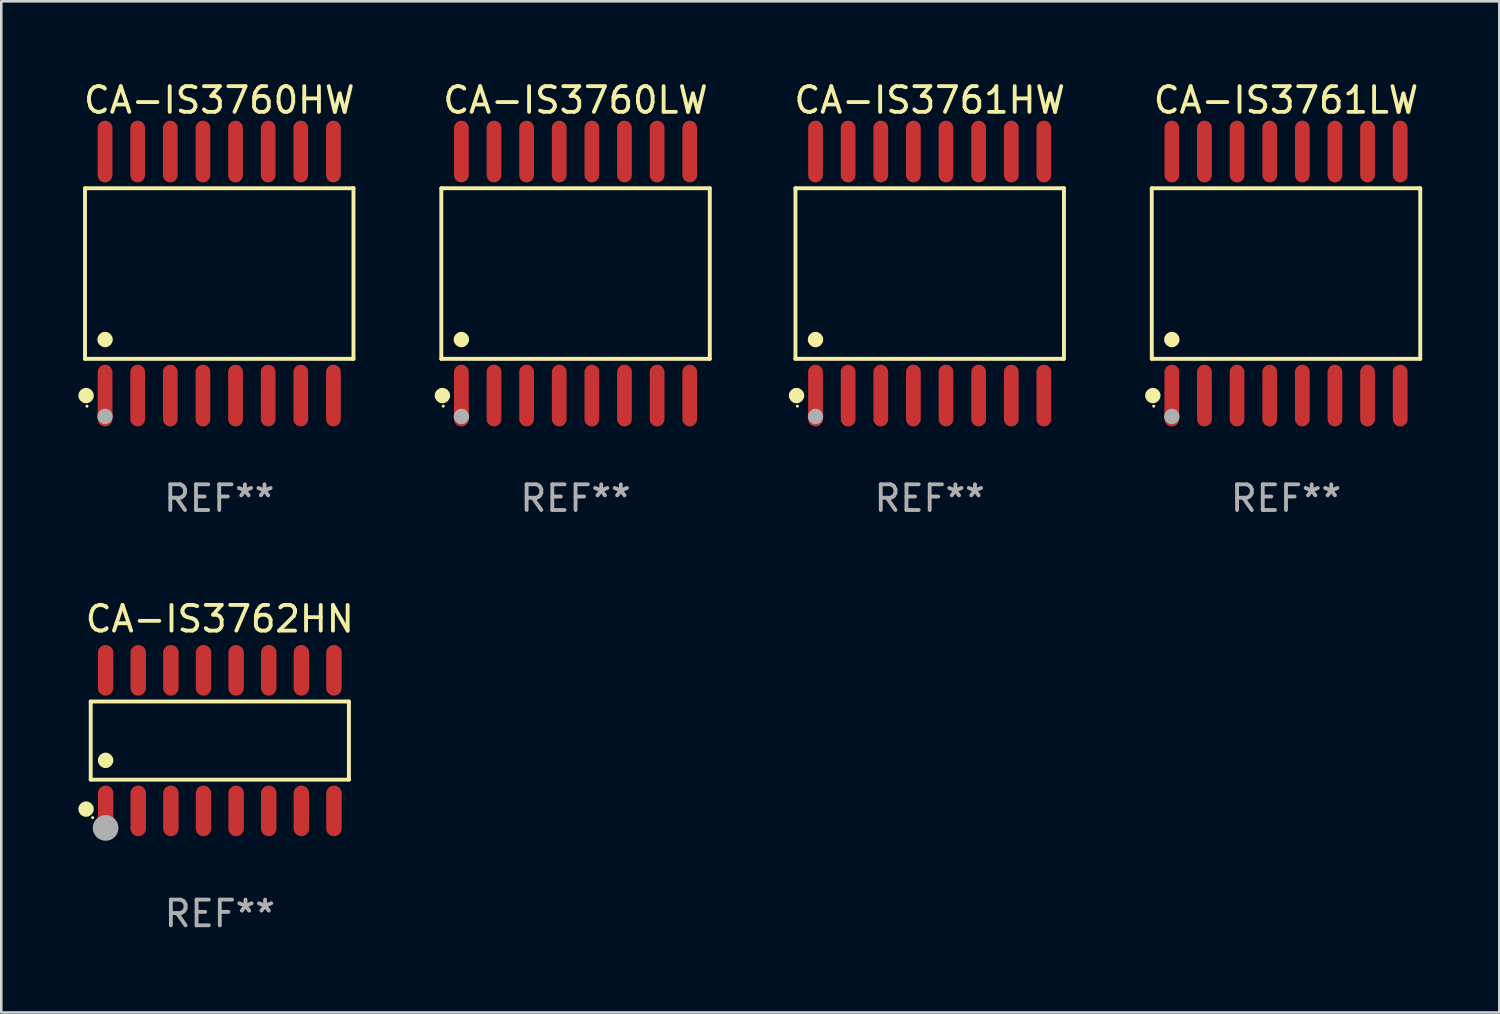
<source format=kicad_pcb>
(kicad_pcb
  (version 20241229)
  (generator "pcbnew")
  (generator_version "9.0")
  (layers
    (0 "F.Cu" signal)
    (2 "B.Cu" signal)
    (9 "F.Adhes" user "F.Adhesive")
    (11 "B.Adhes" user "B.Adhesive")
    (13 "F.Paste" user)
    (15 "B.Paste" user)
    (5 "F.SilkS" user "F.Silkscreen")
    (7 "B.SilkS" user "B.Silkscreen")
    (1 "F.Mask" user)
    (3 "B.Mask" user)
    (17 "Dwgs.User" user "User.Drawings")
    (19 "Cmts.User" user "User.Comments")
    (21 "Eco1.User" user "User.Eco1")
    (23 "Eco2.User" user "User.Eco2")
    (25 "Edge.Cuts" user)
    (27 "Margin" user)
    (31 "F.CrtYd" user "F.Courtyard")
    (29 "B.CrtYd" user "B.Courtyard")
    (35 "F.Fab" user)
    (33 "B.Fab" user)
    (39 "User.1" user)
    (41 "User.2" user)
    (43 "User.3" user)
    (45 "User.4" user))
  (footprint "CA-IS3762HN"
    (layer "F.Cu")
    (at 5.507 25.781)
    (property "Reference" "CA-IS3762HN" (at 0 -4.736 0) (layer "F.SilkS") (effects (font (size 1 1) (thickness 0.15))))
    (attr through_hole)
    (fp_line (start -5.026 -1.521) (end 5.026 -1.521) (stroke (width 0.152) (type solid)) (layer "F.SilkS"))
    (fp_line (start -5.026 1.521) (end -5.026 -1.521) (stroke (width 0.152) (type solid)) (layer "F.SilkS"))
    (fp_line (start 5.026 -1.521) (end 5.026 1.521) (stroke (width 0.152) (type solid)) (layer "F.SilkS"))
    (fp_line (start 5.026 1.521) (end -5.026 1.521) (stroke (width 0.152) (type solid)) (layer "F.SilkS"))
    (fp_circle (center -5.207 2.667) (end -5.057 2.667) (stroke (width 0.3) (type solid)) (fill no) (layer "F.SilkS"))
    (fp_circle (center -4.95 3) (end -4.92 3) (stroke (width 0.06) (type solid)) (fill no) (layer "F.SilkS"))
    (fp_circle (center -4.445 0.769) (end -4.295 0.769) (stroke (width 0.3) (type solid)) (fill no) (layer "F.SilkS"))
    (fp_circle (center -4.445 3.4) (end -4.195 3.4) (stroke (width 0.5) (type solid)) (fill no) (layer "F.Fab"))
    (fp_text user "REF**" (at 0 6.736 0) (layer "F.Fab") (effects (font (size 1 1) (thickness 0.15))))
    (pad "1" smd oval (at -4.445 2.736) (size 0.602 1.971) (layers "F.Cu" "F.Mask" "F.Paste"))
    (pad "2" smd oval (at -3.175 2.736) (size 0.602 1.971) (layers "F.Cu" "F.Mask" "F.Paste"))
    (pad "3" smd oval (at -1.905 2.736) (size 0.602 1.971) (layers "F.Cu" "F.Mask" "F.Paste"))
    (pad "4" smd oval (at -0.635 2.736) (size 0.602 1.971) (layers "F.Cu" "F.Mask" "F.Paste"))
    (pad "5" smd oval (at 0.635 2.736) (size 0.602 1.971) (layers "F.Cu" "F.Mask" "F.Paste"))
    (pad "6" smd oval (at 1.905 2.736) (size 0.602 1.971) (layers "F.Cu" "F.Mask" "F.Paste"))
    (pad "7" smd oval (at 3.175 2.736) (size 0.602 1.971) (layers "F.Cu" "F.Mask" "F.Paste"))
    (pad "8" smd oval (at 4.445 2.736) (size 0.602 1.971) (layers "F.Cu" "F.Mask" "F.Paste"))
    (pad "9" smd oval (at 4.445 -2.736) (size 0.602 1.971) (layers "F.Cu" "F.Mask" "F.Paste"))
    (pad "10" smd oval (at 3.175 -2.736) (size 0.602 1.971) (layers "F.Cu" "F.Mask" "F.Paste"))
    (pad "11" smd oval (at 1.905 -2.736) (size 0.602 1.971) (layers "F.Cu" "F.Mask" "F.Paste"))
    (pad "12" smd oval (at 0.635 -2.736) (size 0.602 1.971) (layers "F.Cu" "F.Mask" "F.Paste"))
    (pad "13" smd oval (at -0.635 -2.736) (size 0.602 1.971) (layers "F.Cu" "F.Mask" "F.Paste"))
    (pad "14" smd oval (at -1.905 -2.736) (size 0.602 1.971) (layers "F.Cu" "F.Mask" "F.Paste"))
    (pad "15" smd oval (at -3.175 -2.736) (size 0.602 1.971) (layers "F.Cu" "F.Mask" "F.Paste"))
    (pad "16" smd oval (at -4.445 -2.736) (size 0.602 1.971) (layers "F.Cu" "F.Mask" "F.Paste")))
  (footprint "CA-IS3761LW"
    (layer "F.Cu")
    (at 47.014 7.599)
    (property "Reference" "CA-IS3761LW" (at 0 -6.75 0) (layer "F.SilkS") (effects (font (size 1 1) (thickness 0.15))))
    (attr through_hole)
    (fp_line (start -5.226 -3.321) (end 5.226 -3.321) (stroke (width 0.152) (type solid)) (layer "F.SilkS"))
    (fp_line (start -5.226 3.321) (end -5.226 -3.321) (stroke (width 0.152) (type solid)) (layer "F.SilkS"))
    (fp_line (start 5.226 -3.321) (end 5.226 3.321) (stroke (width 0.152) (type solid)) (layer "F.SilkS"))
    (fp_line (start 5.226 3.321) (end -5.226 3.321) (stroke (width 0.152) (type solid)) (layer "F.SilkS"))
    (fp_circle (center -5.184 4.75) (end -5.034 4.75) (stroke (width 0.3) (type solid)) (fill no) (layer "F.SilkS"))
    (fp_circle (center -5.15 5.163) (end -5.12 5.163) (stroke (width 0.06) (type solid)) (fill no) (layer "F.SilkS"))
    (fp_circle (center -4.445 2.569) (end -4.295 2.569) (stroke (width 0.3) (type solid)) (fill no) (layer "F.SilkS"))
    (fp_circle (center -4.445 5.563) (end -4.295 5.563) (stroke (width 0.3) (type solid)) (fill no) (layer "F.Fab"))
    (fp_text user "REF**" (at 0 8.75 0) (layer "F.Fab") (effects (font (size 1 1) (thickness 0.15))))
    (pad "1" smd oval (at -4.445 4.75) (size 0.574 2.401) (layers "F.Cu" "F.Mask" "F.Paste"))
    (pad "2" smd oval (at -3.175 4.75) (size 0.574 2.401) (layers "F.Cu" "F.Mask" "F.Paste"))
    (pad "3" smd oval (at -1.905 4.75) (size 0.574 2.401) (layers "F.Cu" "F.Mask" "F.Paste"))
    (pad "4" smd oval (at -0.635 4.75) (size 0.574 2.401) (layers "F.Cu" "F.Mask" "F.Paste"))
    (pad "5" smd oval (at 0.635 4.75) (size 0.574 2.401) (layers "F.Cu" "F.Mask" "F.Paste"))
    (pad "6" smd oval (at 1.905 4.75) (size 0.574 2.401) (layers "F.Cu" "F.Mask" "F.Paste"))
    (pad "7" smd oval (at 3.175 4.75) (size 0.574 2.401) (layers "F.Cu" "F.Mask" "F.Paste"))
    (pad "8" smd oval (at 4.445 4.75) (size 0.574 2.401) (layers "F.Cu" "F.Mask" "F.Paste"))
    (pad "9" smd oval (at 4.445 -4.75) (size 0.574 2.401) (layers "F.Cu" "F.Mask" "F.Paste"))
    (pad "10" smd oval (at 3.175 -4.75) (size 0.574 2.401) (layers "F.Cu" "F.Mask" "F.Paste"))
    (pad "11" smd oval (at 1.905 -4.75) (size 0.574 2.401) (layers "F.Cu" "F.Mask" "F.Paste"))
    (pad "12" smd oval (at 0.635 -4.75) (size 0.574 2.401) (layers "F.Cu" "F.Mask" "F.Paste"))
    (pad "13" smd oval (at -0.635 -4.75) (size 0.574 2.401) (layers "F.Cu" "F.Mask" "F.Paste"))
    (pad "14" smd oval (at -1.905 -4.75) (size 0.574 2.401) (layers "F.Cu" "F.Mask" "F.Paste"))
    (pad "15" smd oval (at -3.175 -4.75) (size 0.574 2.401) (layers "F.Cu" "F.Mask" "F.Paste"))
    (pad "16" smd oval (at -4.445 -4.75) (size 0.574 2.401) (layers "F.Cu" "F.Mask" "F.Paste")))
  (footprint "CA-IS3760HW"
    (layer "F.Cu")
    (at 5.485 7.599)
    (property "Reference" "CA-IS3760HW" (at 0 -6.75 0) (layer "F.SilkS") (effects (font (size 1 1) (thickness 0.15))))
    (attr through_hole)
    (fp_line (start -5.226 -3.321) (end 5.226 -3.321) (stroke (width 0.152) (type solid)) (layer "F.SilkS"))
    (fp_line (start -5.226 3.321) (end -5.226 -3.321) (stroke (width 0.152) (type solid)) (layer "F.SilkS"))
    (fp_line (start 5.226 -3.321) (end 5.226 3.321) (stroke (width 0.152) (type solid)) (layer "F.SilkS"))
    (fp_line (start 5.226 3.321) (end -5.226 3.321) (stroke (width 0.152) (type solid)) (layer "F.SilkS"))
    (fp_circle (center -5.184 4.75) (end -5.034 4.75) (stroke (width 0.3) (type solid)) (fill no) (layer "F.SilkS"))
    (fp_circle (center -5.15 5.163) (end -5.12 5.163) (stroke (width 0.06) (type solid)) (fill no) (layer "F.SilkS"))
    (fp_circle (center -4.445 2.569) (end -4.295 2.569) (stroke (width 0.3) (type solid)) (fill no) (layer "F.SilkS"))
    (fp_circle (center -4.445 5.563) (end -4.295 5.563) (stroke (width 0.3) (type solid)) (fill no) (layer "F.Fab"))
    (fp_text user "REF**" (at 0 8.75 0) (layer "F.Fab") (effects (font (size 1 1) (thickness 0.15))))
    (pad "1" smd oval (at -4.445 4.75) (size 0.574 2.401) (layers "F.Cu" "F.Mask" "F.Paste"))
    (pad "2" smd oval (at -3.175 4.75) (size 0.574 2.401) (layers "F.Cu" "F.Mask" "F.Paste"))
    (pad "3" smd oval (at -1.905 4.75) (size 0.574 2.401) (layers "F.Cu" "F.Mask" "F.Paste"))
    (pad "4" smd oval (at -0.635 4.75) (size 0.574 2.401) (layers "F.Cu" "F.Mask" "F.Paste"))
    (pad "5" smd oval (at 0.635 4.75) (size 0.574 2.401) (layers "F.Cu" "F.Mask" "F.Paste"))
    (pad "6" smd oval (at 1.905 4.75) (size 0.574 2.401) (layers "F.Cu" "F.Mask" "F.Paste"))
    (pad "7" smd oval (at 3.175 4.75) (size 0.574 2.401) (layers "F.Cu" "F.Mask" "F.Paste"))
    (pad "8" smd oval (at 4.445 4.75) (size 0.574 2.401) (layers "F.Cu" "F.Mask" "F.Paste"))
    (pad "9" smd oval (at 4.445 -4.75) (size 0.574 2.401) (layers "F.Cu" "F.Mask" "F.Paste"))
    (pad "10" smd oval (at 3.175 -4.75) (size 0.574 2.401) (layers "F.Cu" "F.Mask" "F.Paste"))
    (pad "11" smd oval (at 1.905 -4.75) (size 0.574 2.401) (layers "F.Cu" "F.Mask" "F.Paste"))
    (pad "12" smd oval (at 0.635 -4.75) (size 0.574 2.401) (layers "F.Cu" "F.Mask" "F.Paste"))
    (pad "13" smd oval (at -0.635 -4.75) (size 0.574 2.401) (layers "F.Cu" "F.Mask" "F.Paste"))
    (pad "14" smd oval (at -1.905 -4.75) (size 0.574 2.401) (layers "F.Cu" "F.Mask" "F.Paste"))
    (pad "15" smd oval (at -3.175 -4.75) (size 0.574 2.401) (layers "F.Cu" "F.Mask" "F.Paste"))
    (pad "16" smd oval (at -4.445 -4.75) (size 0.574 2.401) (layers "F.Cu" "F.Mask" "F.Paste")))
  (footprint "CA-IS3760LW"
    (layer "F.Cu")
    (at 19.356 7.599)
    (property "Reference" "CA-IS3760LW" (at 0 -6.75 0) (layer "F.SilkS") (effects (font (size 1 1) (thickness 0.15))))
    (attr through_hole)
    (fp_line (start -5.226 -3.321) (end 5.226 -3.321) (stroke (width 0.152) (type solid)) (layer "F.SilkS"))
    (fp_line (start -5.226 3.321) (end -5.226 -3.321) (stroke (width 0.152) (type solid)) (layer "F.SilkS"))
    (fp_line (start 5.226 -3.321) (end 5.226 3.321) (stroke (width 0.152) (type solid)) (layer "F.SilkS"))
    (fp_line (start 5.226 3.321) (end -5.226 3.321) (stroke (width 0.152) (type solid)) (layer "F.SilkS"))
    (fp_circle (center -5.184 4.75) (end -5.034 4.75) (stroke (width 0.3) (type solid)) (fill no) (layer "F.SilkS"))
    (fp_circle (center -5.15 5.163) (end -5.12 5.163) (stroke (width 0.06) (type solid)) (fill no) (layer "F.SilkS"))
    (fp_circle (center -4.445 2.569) (end -4.295 2.569) (stroke (width 0.3) (type solid)) (fill no) (layer "F.SilkS"))
    (fp_circle (center -4.445 5.563) (end -4.295 5.563) (stroke (width 0.3) (type solid)) (fill no) (layer "F.Fab"))
    (fp_text user "REF**" (at 0 8.75 0) (layer "F.Fab") (effects (font (size 1 1) (thickness 0.15))))
    (pad "1" smd oval (at -4.445 4.75) (size 0.574 2.401) (layers "F.Cu" "F.Mask" "F.Paste"))
    (pad "2" smd oval (at -3.175 4.75) (size 0.574 2.401) (layers "F.Cu" "F.Mask" "F.Paste"))
    (pad "3" smd oval (at -1.905 4.75) (size 0.574 2.401) (layers "F.Cu" "F.Mask" "F.Paste"))
    (pad "4" smd oval (at -0.635 4.75) (size 0.574 2.401) (layers "F.Cu" "F.Mask" "F.Paste"))
    (pad "5" smd oval (at 0.635 4.75) (size 0.574 2.401) (layers "F.Cu" "F.Mask" "F.Paste"))
    (pad "6" smd oval (at 1.905 4.75) (size 0.574 2.401) (layers "F.Cu" "F.Mask" "F.Paste"))
    (pad "7" smd oval (at 3.175 4.75) (size 0.574 2.401) (layers "F.Cu" "F.Mask" "F.Paste"))
    (pad "8" smd oval (at 4.445 4.75) (size 0.574 2.401) (layers "F.Cu" "F.Mask" "F.Paste"))
    (pad "9" smd oval (at 4.445 -4.75) (size 0.574 2.401) (layers "F.Cu" "F.Mask" "F.Paste"))
    (pad "10" smd oval (at 3.175 -4.75) (size 0.574 2.401) (layers "F.Cu" "F.Mask" "F.Paste"))
    (pad "11" smd oval (at 1.905 -4.75) (size 0.574 2.401) (layers "F.Cu" "F.Mask" "F.Paste"))
    (pad "12" smd oval (at 0.635 -4.75) (size 0.574 2.401) (layers "F.Cu" "F.Mask" "F.Paste"))
    (pad "13" smd oval (at -0.635 -4.75) (size 0.574 2.401) (layers "F.Cu" "F.Mask" "F.Paste"))
    (pad "14" smd oval (at -1.905 -4.75) (size 0.574 2.401) (layers "F.Cu" "F.Mask" "F.Paste"))
    (pad "15" smd oval (at -3.175 -4.75) (size 0.574 2.401) (layers "F.Cu" "F.Mask" "F.Paste"))
    (pad "16" smd oval (at -4.445 -4.75) (size 0.574 2.401) (layers "F.Cu" "F.Mask" "F.Paste")))
  (footprint "CA-IS3761HW"
    (layer "F.Cu")
    (at 33.143 7.599)
    (property "Reference" "CA-IS3761HW" (at 0 -6.75 0) (layer "F.SilkS") (effects (font (size 1 1) (thickness 0.15))))
    (attr through_hole)
    (fp_line (start -5.226 -3.321) (end 5.226 -3.321) (stroke (width 0.152) (type solid)) (layer "F.SilkS"))
    (fp_line (start -5.226 3.321) (end -5.226 -3.321) (stroke (width 0.152) (type solid)) (layer "F.SilkS"))
    (fp_line (start 5.226 -3.321) (end 5.226 3.321) (stroke (width 0.152) (type solid)) (layer "F.SilkS"))
    (fp_line (start 5.226 3.321) (end -5.226 3.321) (stroke (width 0.152) (type solid)) (layer "F.SilkS"))
    (fp_circle (center -5.184 4.75) (end -5.034 4.75) (stroke (width 0.3) (type solid)) (fill no) (layer "F.SilkS"))
    (fp_circle (center -5.15 5.163) (end -5.12 5.163) (stroke (width 0.06) (type solid)) (fill no) (layer "F.SilkS"))
    (fp_circle (center -4.445 2.569) (end -4.295 2.569) (stroke (width 0.3) (type solid)) (fill no) (layer "F.SilkS"))
    (fp_circle (center -4.445 5.563) (end -4.295 5.563) (stroke (width 0.3) (type solid)) (fill no) (layer "F.Fab"))
    (fp_text user "REF**" (at 0 8.75 0) (layer "F.Fab") (effects (font (size 1 1) (thickness 0.15))))
    (pad "1" smd oval (at -4.445 4.75) (size 0.574 2.401) (layers "F.Cu" "F.Mask" "F.Paste"))
    (pad "2" smd oval (at -3.175 4.75) (size 0.574 2.401) (layers "F.Cu" "F.Mask" "F.Paste"))
    (pad "3" smd oval (at -1.905 4.75) (size 0.574 2.401) (layers "F.Cu" "F.Mask" "F.Paste"))
    (pad "4" smd oval (at -0.635 4.75) (size 0.574 2.401) (layers "F.Cu" "F.Mask" "F.Paste"))
    (pad "5" smd oval (at 0.635 4.75) (size 0.574 2.401) (layers "F.Cu" "F.Mask" "F.Paste"))
    (pad "6" smd oval (at 1.905 4.75) (size 0.574 2.401) (layers "F.Cu" "F.Mask" "F.Paste"))
    (pad "7" smd oval (at 3.175 4.75) (size 0.574 2.401) (layers "F.Cu" "F.Mask" "F.Paste"))
    (pad "8" smd oval (at 4.445 4.75) (size 0.574 2.401) (layers "F.Cu" "F.Mask" "F.Paste"))
    (pad "9" smd oval (at 4.445 -4.75) (size 0.574 2.401) (layers "F.Cu" "F.Mask" "F.Paste"))
    (pad "10" smd oval (at 3.175 -4.75) (size 0.574 2.401) (layers "F.Cu" "F.Mask" "F.Paste"))
    (pad "11" smd oval (at 1.905 -4.75) (size 0.574 2.401) (layers "F.Cu" "F.Mask" "F.Paste"))
    (pad "12" smd oval (at 0.635 -4.75) (size 0.574 2.401) (layers "F.Cu" "F.Mask" "F.Paste"))
    (pad "13" smd oval (at -0.635 -4.75) (size 0.574 2.401) (layers "F.Cu" "F.Mask" "F.Paste"))
    (pad "14" smd oval (at -1.905 -4.75) (size 0.574 2.401) (layers "F.Cu" "F.Mask" "F.Paste"))
    (pad "15" smd oval (at -3.175 -4.75) (size 0.574 2.401) (layers "F.Cu" "F.Mask" "F.Paste"))
    (pad "16" smd oval (at -4.445 -4.75) (size 0.574 2.401) (layers "F.Cu" "F.Mask" "F.Paste")))
  (gr_rect
    (start -3 -3)
    (end 55.317 36.365)
    (stroke (width 0.1) (type default))
    (fill no)
    (layer "Edge.Cuts")))
</source>
